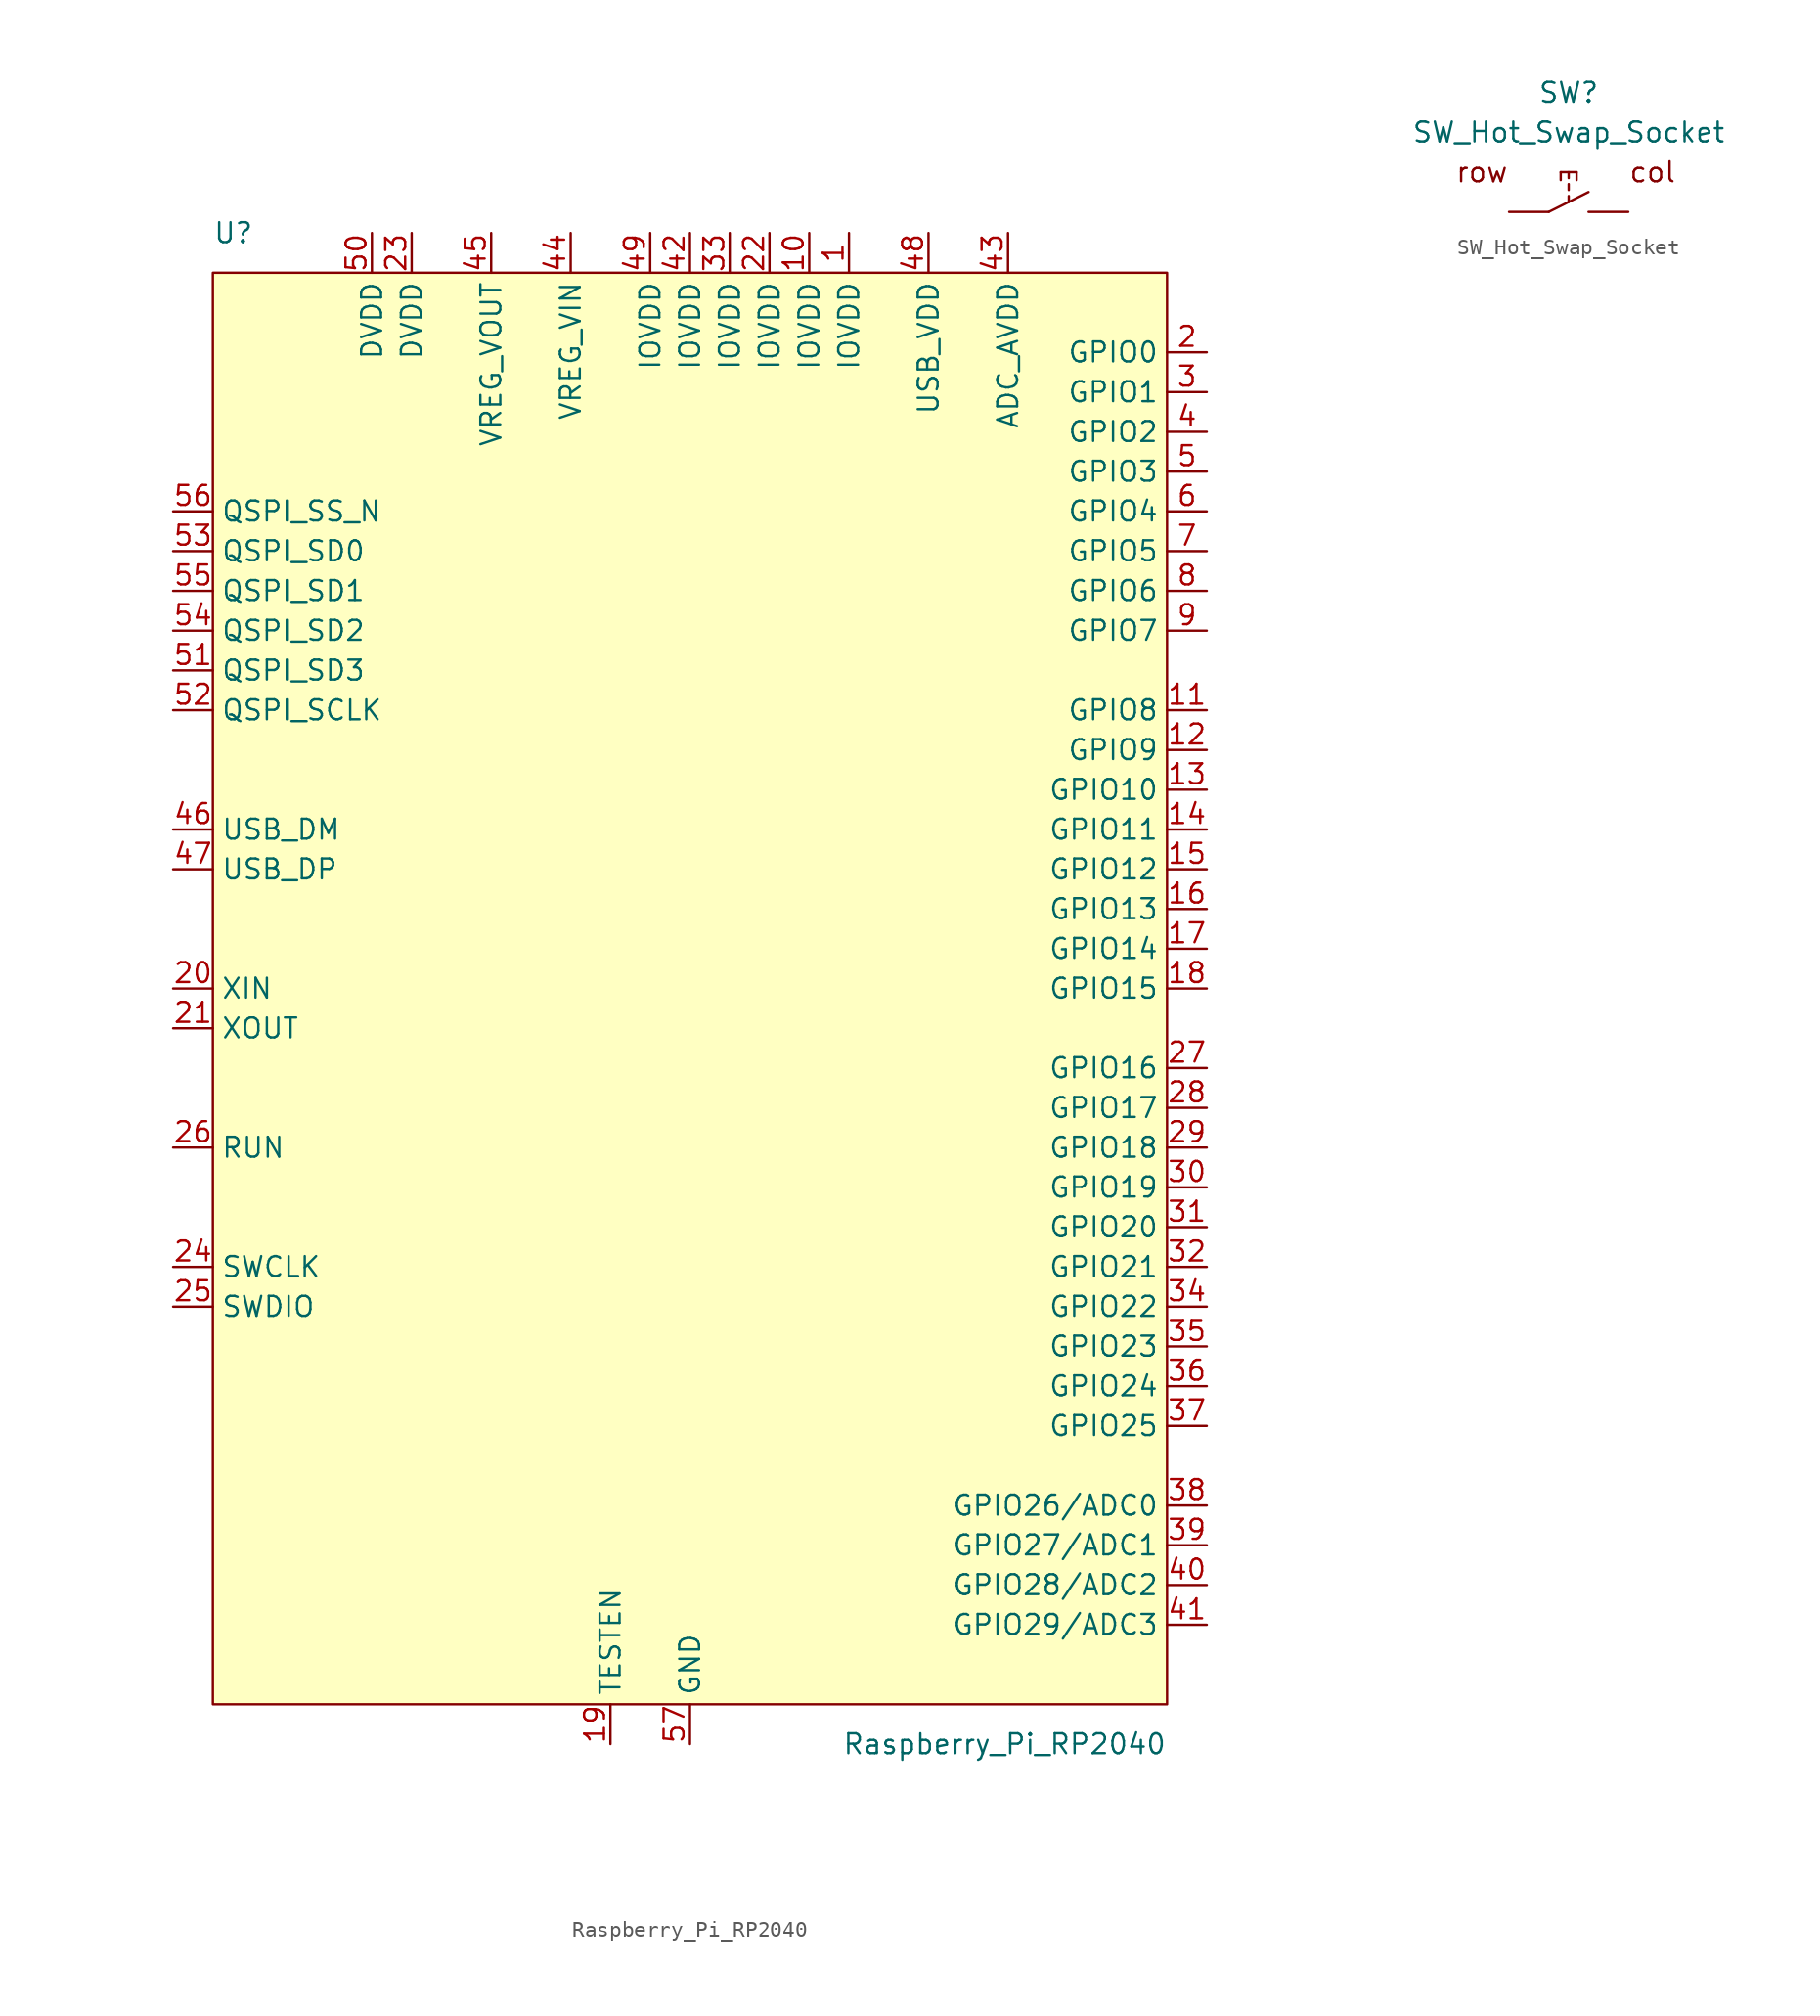
<source format=kicad_sym>
(kicad_symbol_lib
  (version 20211014)
  (generator kicad_symbol_editor)
  (symbol "Raspberry_Pi_RP2040"
    (property "Reference" "U"
      (at -30.48 48.26 0)
      (effects (font (size 1.27 1.27)) (justify left)))
    (property "Value" "Raspberry_Pi_RP2040"
      (at 30.48 -48.26 0)
      (effects (font (size 1.27 1.27)) (justify right)))
    (symbol "Raspberry_Pi_RP2040_0_1"
      (rectangle (start -30.48 45.72) (end 30.48 -45.72) (stroke (width 0) (type default) (color 0 0 0 0)) (fill (type background))))
    (symbol "Raspberry_Pi_RP2040_1_1"
      (pin power_in line (at 10.16 48.26 270) (length 2.54) (name "IOVDD" (effects (font (size 1.27 1.27)))) (number "1" (effects (font (size 1.27 1.27)))))
      (pin power_in line (at 7.62 48.26 270) (length 2.54) (name "IOVDD" (effects (font (size 1.27 1.27)))) (number "10" (effects (font (size 1.27 1.27)))))
      (pin bidirectional line (at 33.02 17.78 180) (length 2.54) (name "GPIO8" (effects (font (size 1.27 1.27)))) (number "11" (effects (font (size 1.27 1.27)))))
      (pin bidirectional line (at 33.02 15.24 180) (length 2.54) (name "GPIO9" (effects (font (size 1.27 1.27)))) (number "12" (effects (font (size 1.27 1.27)))))
      (pin bidirectional line (at 33.02 12.7 180) (length 2.54) (name "GPIO10" (effects (font (size 1.27 1.27)))) (number "13" (effects (font (size 1.27 1.27)))))
      (pin bidirectional line (at 33.02 10.16 180) (length 2.54) (name "GPIO11" (effects (font (size 1.27 1.27)))) (number "14" (effects (font (size 1.27 1.27)))))
      (pin bidirectional line (at 33.02 7.62 180) (length 2.54) (name "GPIO12" (effects (font (size 1.27 1.27)))) (number "15" (effects (font (size 1.27 1.27)))))
      (pin bidirectional line (at 33.02 5.08 180) (length 2.54) (name "GPIO13" (effects (font (size 1.27 1.27)))) (number "16" (effects (font (size 1.27 1.27)))))
      (pin bidirectional line (at 33.02 2.54 180) (length 2.54) (name "GPIO14" (effects (font (size 1.27 1.27)))) (number "17" (effects (font (size 1.27 1.27)))))
      (pin bidirectional line (at 33.02 0 180) (length 2.54) (name "GPIO15" (effects (font (size 1.27 1.27)))) (number "18" (effects (font (size 1.27 1.27)))))
      (pin passive line (at -5.08 -48.26 90) (length 2.54) (name "TESTEN" (effects (font (size 1.27 1.27)))) (number "19" (effects (font (size 1.27 1.27)))))
      (pin bidirectional line (at 33.02 40.64 180) (length 2.54) (name "GPIO0" (effects (font (size 1.27 1.27)))) (number "2" (effects (font (size 1.27 1.27)))))
      (pin input line (at -33.02 0 0) (length 2.54) (name "XIN" (effects (font (size 1.27 1.27)))) (number "20" (effects (font (size 1.27 1.27)))))
      (pin passive line (at -33.02 -2.54 0) (length 2.54) (name "XOUT" (effects (font (size 1.27 1.27)))) (number "21" (effects (font (size 1.27 1.27)))))
      (pin power_in line (at 5.08 48.26 270) (length 2.54) (name "IOVDD" (effects (font (size 1.27 1.27)))) (number "22" (effects (font (size 1.27 1.27)))))
      (pin power_in line (at -17.78 48.26 270) (length 2.54) (name "DVDD" (effects (font (size 1.27 1.27)))) (number "23" (effects (font (size 1.27 1.27)))))
      (pin output line (at -33.02 -17.78 0) (length 2.54) (name "SWCLK" (effects (font (size 1.27 1.27)))) (number "24" (effects (font (size 1.27 1.27)))))
      (pin bidirectional line (at -33.02 -20.32 0) (length 2.54) (name "SWDIO" (effects (font (size 1.27 1.27)))) (number "25" (effects (font (size 1.27 1.27)))))
      (pin input line (at -33.02 -10.16 0) (length 2.54) (name "RUN" (effects (font (size 1.27 1.27)))) (number "26" (effects (font (size 1.27 1.27)))))
      (pin bidirectional line (at 33.02 -5.08 180) (length 2.54) (name "GPIO16" (effects (font (size 1.27 1.27)))) (number "27" (effects (font (size 1.27 1.27)))))
      (pin bidirectional line (at 33.02 -7.62 180) (length 2.54) (name "GPIO17" (effects (font (size 1.27 1.27)))) (number "28" (effects (font (size 1.27 1.27)))))
      (pin bidirectional line (at 33.02 -10.16 180) (length 2.54) (name "GPIO18" (effects (font (size 1.27 1.27)))) (number "29" (effects (font (size 1.27 1.27)))))
      (pin bidirectional line (at 33.02 38.1 180) (length 2.54) (name "GPIO1" (effects (font (size 1.27 1.27)))) (number "3" (effects (font (size 1.27 1.27)))))
      (pin bidirectional line (at 33.02 -12.7 180) (length 2.54) (name "GPIO19" (effects (font (size 1.27 1.27)))) (number "30" (effects (font (size 1.27 1.27)))))
      (pin bidirectional line (at 33.02 -15.24 180) (length 2.54) (name "GPIO20" (effects (font (size 1.27 1.27)))) (number "31" (effects (font (size 1.27 1.27)))))
      (pin bidirectional line (at 33.02 -17.78 180) (length 2.54) (name "GPIO21" (effects (font (size 1.27 1.27)))) (number "32" (effects (font (size 1.27 1.27)))))
      (pin power_in line (at 2.54 48.26 270) (length 2.54) (name "IOVDD" (effects (font (size 1.27 1.27)))) (number "33" (effects (font (size 1.27 1.27)))))
      (pin bidirectional line (at 33.02 -20.32 180) (length 2.54) (name "GPIO22" (effects (font (size 1.27 1.27)))) (number "34" (effects (font (size 1.27 1.27)))))
      (pin bidirectional line (at 33.02 -22.86 180) (length 2.54) (name "GPIO23" (effects (font (size 1.27 1.27)))) (number "35" (effects (font (size 1.27 1.27)))))
      (pin bidirectional line (at 33.02 -25.4 180) (length 2.54) (name "GPIO24" (effects (font (size 1.27 1.27)))) (number "36" (effects (font (size 1.27 1.27)))))
      (pin bidirectional line (at 33.02 -27.94 180) (length 2.54) (name "GPIO25" (effects (font (size 1.27 1.27)))) (number "37" (effects (font (size 1.27 1.27)))))
      (pin bidirectional line (at 33.02 -33.02 180) (length 2.54) (name "GPIO26/ADC0" (effects (font (size 1.27 1.27)))) (number "38" (effects (font (size 1.27 1.27)))))
      (pin bidirectional line (at 33.02 -35.56 180) (length 2.54) (name "GPIO27/ADC1" (effects (font (size 1.27 1.27)))) (number "39" (effects (font (size 1.27 1.27)))))
      (pin bidirectional line (at 33.02 35.56 180) (length 2.54) (name "GPIO2" (effects (font (size 1.27 1.27)))) (number "4" (effects (font (size 1.27 1.27)))))
      (pin bidirectional line (at 33.02 -38.1 180) (length 2.54) (name "GPIO28/ADC2" (effects (font (size 1.27 1.27)))) (number "40" (effects (font (size 1.27 1.27)))))
      (pin bidirectional line (at 33.02 -40.64 180) (length 2.54) (name "GPIO29/ADC3" (effects (font (size 1.27 1.27)))) (number "41" (effects (font (size 1.27 1.27)))))
      (pin power_in line (at 0 48.26 270) (length 2.54) (name "IOVDD" (effects (font (size 1.27 1.27)))) (number "42" (effects (font (size 1.27 1.27)))))
      (pin power_in line (at 20.32 48.26 270) (length 2.54) (name "ADC_AVDD" (effects (font (size 1.27 1.27)))) (number "43" (effects (font (size 1.27 1.27)))))
      (pin power_in line (at -7.62 48.26 270) (length 2.54) (name "VREG_VIN" (effects (font (size 1.27 1.27)))) (number "44" (effects (font (size 1.27 1.27)))))
      (pin power_out line (at -12.7 48.26 270) (length 2.54) (name "VREG_VOUT" (effects (font (size 1.27 1.27)))) (number "45" (effects (font (size 1.27 1.27)))))
      (pin bidirectional line (at -33.02 10.16 0) (length 2.54) (name "USB_DM" (effects (font (size 1.27 1.27)))) (number "46" (effects (font (size 1.27 1.27)))))
      (pin bidirectional line (at -33.02 7.62 0) (length 2.54) (name "USB_DP" (effects (font (size 1.27 1.27)))) (number "47" (effects (font (size 1.27 1.27)))))
      (pin power_in line (at 15.24 48.26 270) (length 2.54) (name "USB_VDD" (effects (font (size 1.27 1.27)))) (number "48" (effects (font (size 1.27 1.27)))))
      (pin power_in line (at -2.54 48.26 270) (length 2.54) (name "IOVDD" (effects (font (size 1.27 1.27)))) (number "49" (effects (font (size 1.27 1.27)))))
      (pin bidirectional line (at 33.02 33.02 180) (length 2.54) (name "GPIO3" (effects (font (size 1.27 1.27)))) (number "5" (effects (font (size 1.27 1.27)))))
      (pin power_in line (at -20.32 48.26 270) (length 2.54) (name "DVDD" (effects (font (size 1.27 1.27)))) (number "50" (effects (font (size 1.27 1.27)))))
      (pin bidirectional line (at -33.02 20.32 0) (length 2.54) (name "QSPI_SD3" (effects (font (size 1.27 1.27)))) (number "51" (effects (font (size 1.27 1.27)))))
      (pin output line (at -33.02 17.78 0) (length 2.54) (name "QSPI_SCLK" (effects (font (size 1.27 1.27)))) (number "52" (effects (font (size 1.27 1.27)))))
      (pin bidirectional line (at -33.02 27.94 0) (length 2.54) (name "QSPI_SD0" (effects (font (size 1.27 1.27)))) (number "53" (effects (font (size 1.27 1.27)))))
      (pin bidirectional line (at -33.02 22.86 0) (length 2.54) (name "QSPI_SD2" (effects (font (size 1.27 1.27)))) (number "54" (effects (font (size 1.27 1.27)))))
      (pin bidirectional line (at -33.02 25.4 0) (length 2.54) (name "QSPI_SD1" (effects (font (size 1.27 1.27)))) (number "55" (effects (font (size 1.27 1.27)))))
      (pin bidirectional line (at -33.02 30.48 0) (length 2.54) (name "QSPI_SS_N" (effects (font (size 1.27 1.27)))) (number "56" (effects (font (size 1.27 1.27)))))
      (pin power_in line (at 0 -48.26 90) (length 2.54) (name "GND" (effects (font (size 1.27 1.27)))) (number "57" (effects (font (size 1.27 1.27)))))
      (pin bidirectional line (at 33.02 30.48 180) (length 2.54) (name "GPIO4" (effects (font (size 1.27 1.27)))) (number "6" (effects (font (size 1.27 1.27)))))
      (pin bidirectional line (at 33.02 27.94 180) (length 2.54) (name "GPIO5" (effects (font (size 1.27 1.27)))) (number "7" (effects (font (size 1.27 1.27)))))
      (pin bidirectional line (at 33.02 25.4 180) (length 2.54) (name "GPIO6" (effects (font (size 1.27 1.27)))) (number "8" (effects (font (size 1.27 1.27)))))
      (pin bidirectional line (at 33.02 22.86 180) (length 2.54) (name "GPIO7" (effects (font (size 1.27 1.27)))) (number "9" (effects (font (size 1.27 1.27)))))))
  (symbol "SW_Hot_Swap_Socket"
    (pin_numbers hide)
    (pin_names
      (offset 0) hide)
    (property "Reference" "SW"
      (at 0 5.08 0)
      (effects (font (size 1.27 1.27))))
    (property "Value" "SW_Hot_Swap_Socket"
      (at 0 2.54 0)
      (effects (font (size 1.27 1.27))))
    (symbol "SW_Hot_Swap_Socket_0_0"
      (polyline (pts (xy -1.27 -2.54) (xy 1.27 -1.27)) (stroke (width 0) (type default) (color 0 0 0 0)) (fill (type none)))
      (polyline (pts (xy -0.508 -0.508) (xy -0.508 0)) (stroke (width 0) (type default) (color 0 0 0 0)) (fill (type none)))
      (polyline (pts (xy -0.508 0) (xy 0.508 0)) (stroke (width 0) (type default) (color 0 0 0 0)) (fill (type none)))
      (polyline (pts (xy 0 -1.905) (xy 0 -1.524)) (stroke (width 0) (type default) (color 0 0 0 0)) (fill (type none)))
      (polyline (pts (xy 0 -1.143) (xy 0 -0.762)) (stroke (width 0) (type default) (color 0 0 0 0)) (fill (type none)))
      (polyline (pts (xy 0 -0.381) (xy 0 0)) (stroke (width 0) (type default) (color 0 0 0 0)) (fill (type none)))
      (polyline (pts (xy 0.508 -0.508) (xy 0.508 0)) (stroke (width 0) (type default) (color 0 0 0 0)) (fill (type none)))
      (text "col" (at 3.81 0 0) (effects (font (size 1.27 1.27)) (justify left)))
      (text "row" (at -3.81 0 0) (effects (font (size 1.27 1.27)) (justify right))))
    (symbol "SW_Hot_Swap_Socket_0_1"
      (pin passive line (at -3.81 -2.54 0) (length 2.54) (name "1" (effects (font (size 1.27 1.27)))) (number "1" (effects (font (size 1.27 1.27)))))
      (pin passive line (at 3.81 -2.54 180) (length 2.54) (name "2" (effects (font (size 1.27 1.27)))) (number "2" (effects (font (size 1.27 1.27))))))))
</source>
